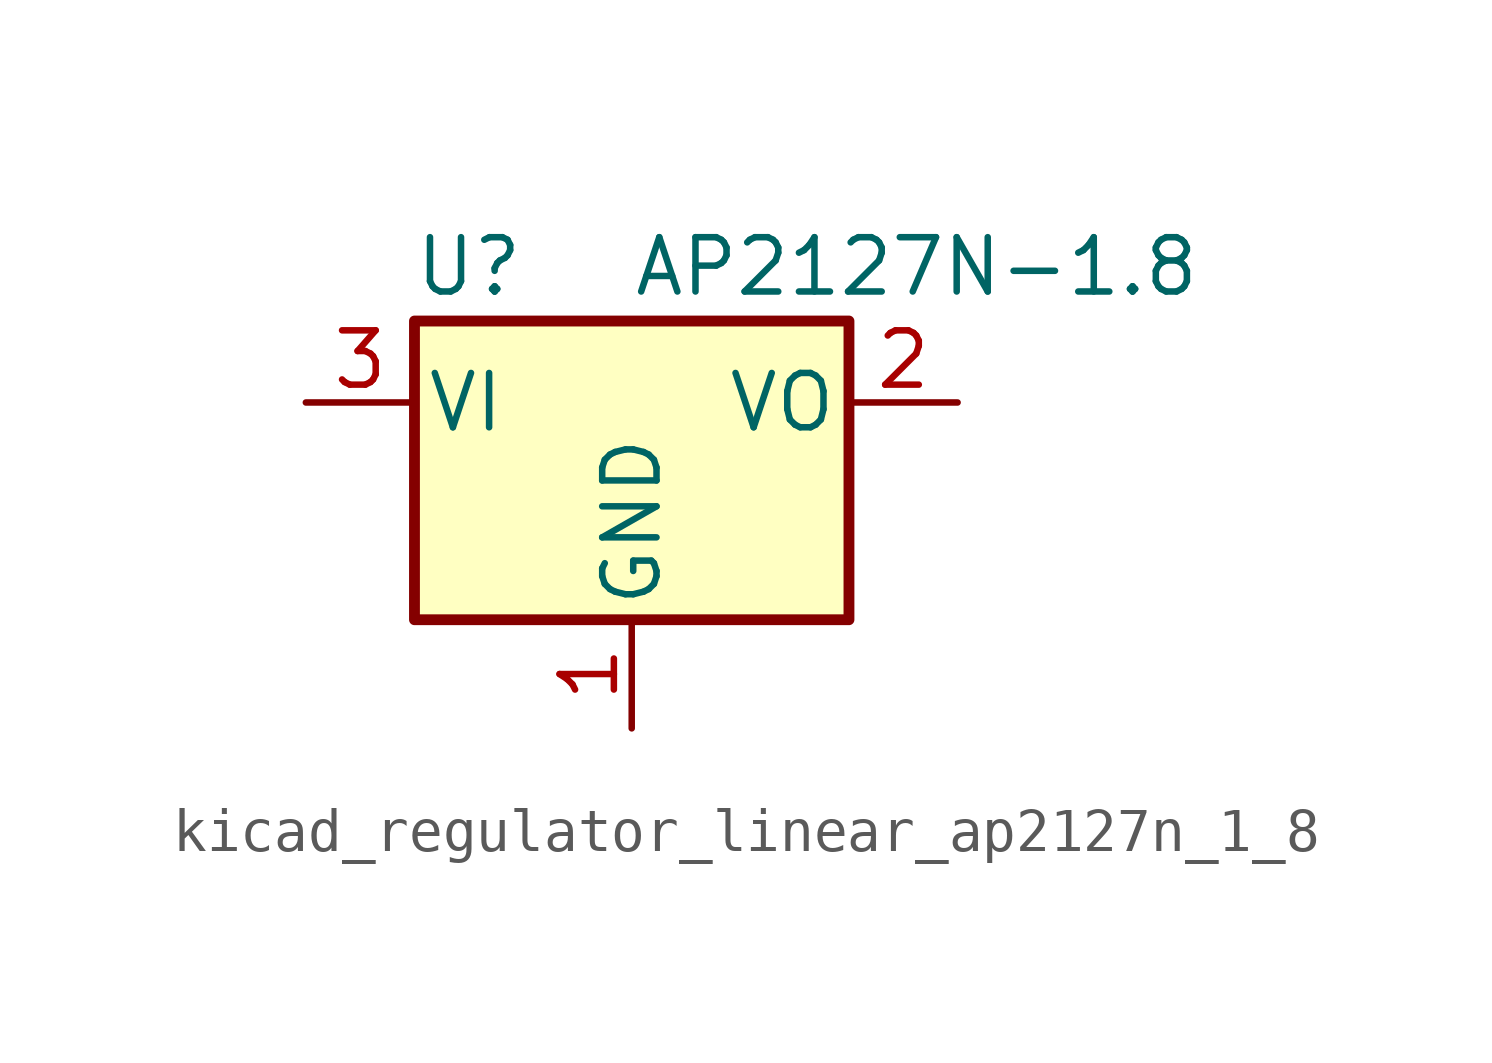
<source format=kicad_sym>
(kicad_symbol_lib
  (version 20220914)
  (generator kicad_symbol_editor)
  (symbol "kicad_regulator_linear_ap2127n_1_8"
    (pin_names
      (offset 0.254))
    (property "Reference" "U"
      (at -3.81 3.175 0)
      (effects (font (size 1.27 1.27))))
    (property "Value" "AP2127N-1.8"
      (at 0 3.175 0)
      (effects (font (size 1.27 1.27)) (justify left)))
    (symbol "kicad_regulator_linear_ap2127n_1_8_0_1"
      (rectangle (start -5.08 1.905) (end 5.08 -5.08) (stroke (width 0.254) (type default)) (fill (type background))))
    (symbol "kicad_regulator_linear_ap2127n_1_8_1_1"
      (pin power_in line (at 0 -7.62 90) (length 2.54) (name "GND" (effects (font (size 1.27 1.27)))) (number "1" (effects (font (size 1.27 1.27)))))
      (pin power_out line (at 7.62 0 180) (length 2.54) (name "VO" (effects (font (size 1.27 1.27)))) (number "2" (effects (font (size 1.27 1.27)))))
      (pin power_in line (at -7.62 0 0) (length 2.54) (name "VI" (effects (font (size 1.27 1.27)))) (number "3" (effects (font (size 1.27 1.27))))))))
</source>
